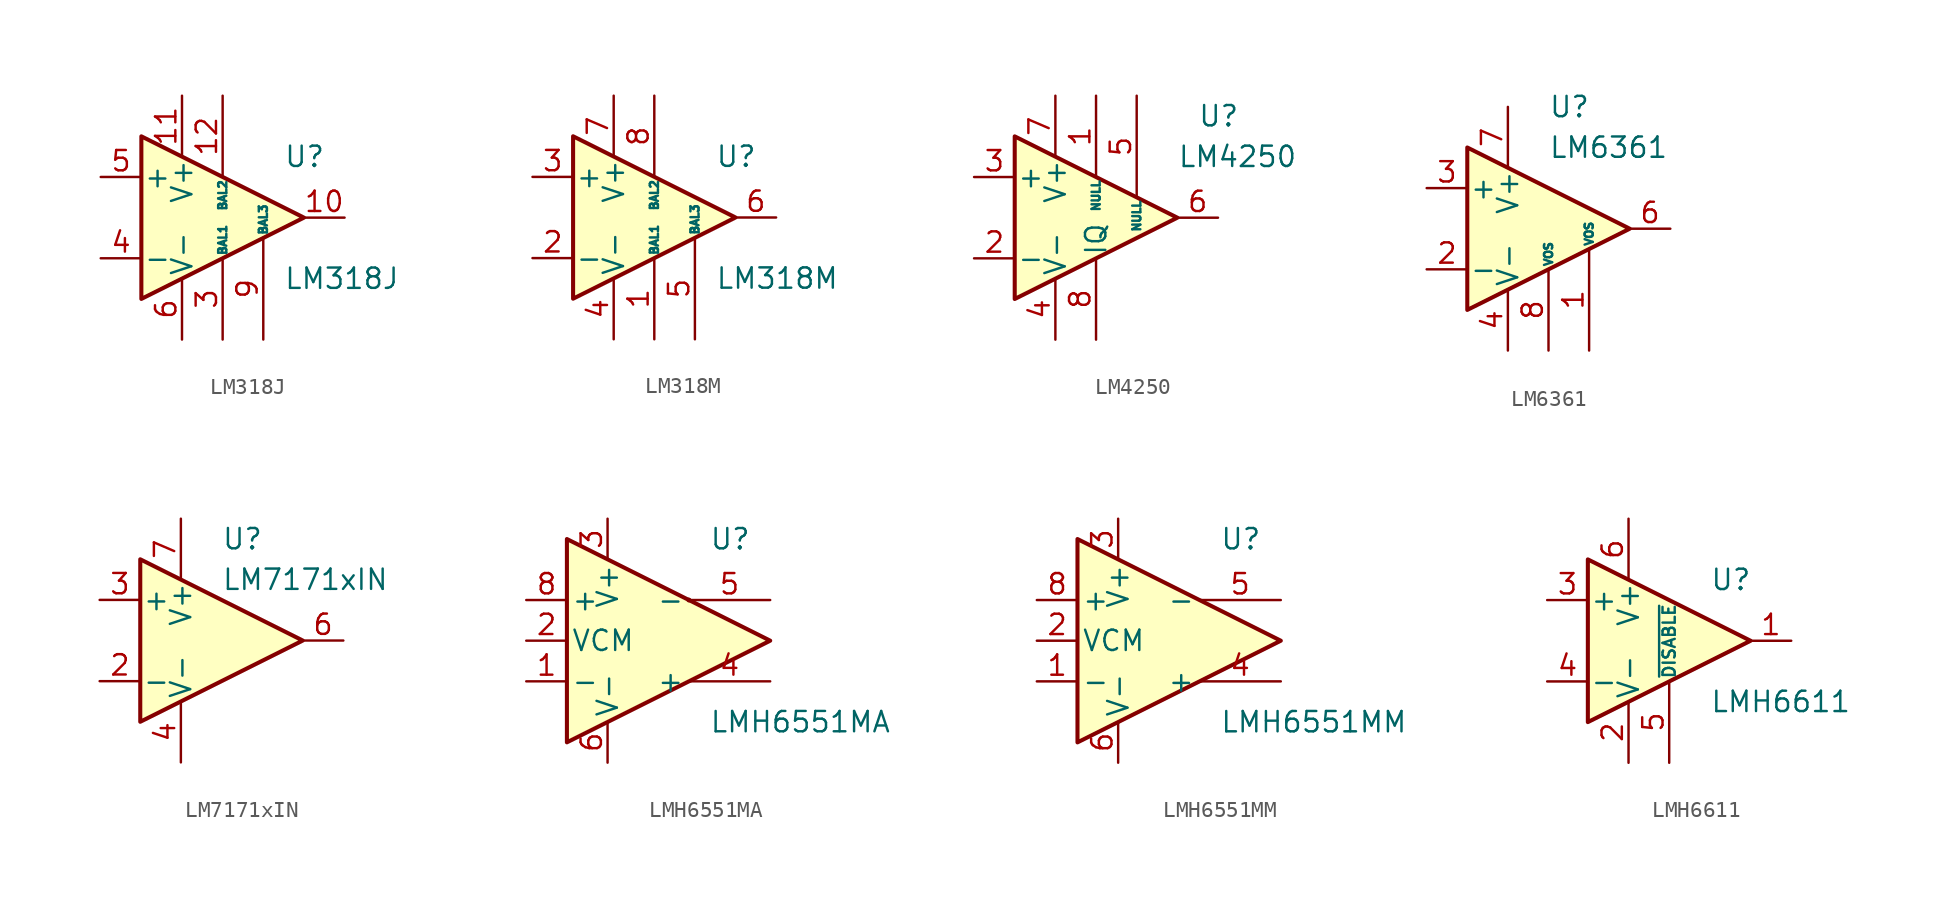
<source format=kicad_sym>
(kicad_symbol_lib
  (version 20241209)
  (generator "kicad_symbol_editor")
  (generator_version "9.0")
  (symbol "LM318J"
    (pin_names
      (offset 0.127))
    (property "Reference" "U"
      (at 3.81 3.81 0)
      (effects (font (size 1.27 1.27)) (justify left)))
    (property "Value" "LM318J"
      (at 3.81 -3.81 0)
      (effects (font (size 1.27 1.27)) (justify left)))
    (symbol "LM318J_0_1"
      (polyline (pts (xy 5.08 0) (xy -5.08 5.08) (xy -5.08 -5.08) (xy 5.08 0)) (stroke (width 0.254) (type default)) (fill (type background))))
    (symbol "LM318J_1_1"
      (pin input line (at -7.62 2.54 0) (length 2.54) (name "+" (effects (font (size 1.27 1.27)))) (number "5" (effects (font (size 1.27 1.27)))))
      (pin input line (at -7.62 -2.54 0) (length 2.54) (name "-" (effects (font (size 1.27 1.27)))) (number "4" (effects (font (size 1.27 1.27)))))
      (pin no_connect line (at -5.08 2.54 270) (length 2.54) (hide yes) (name "NC" (effects (font (size 1.27 1.27)))) (number "1" (effects (font (size 1.27 1.27)))))
      (pin no_connect line (at -5.08 -2.54 90) (length 2.54) (hide yes) (name "NC" (effects (font (size 1.27 1.27)))) (number "7" (effects (font (size 1.27 1.27)))))
      (pin power_in line (at -2.54 7.62 270) (length 3.81) (name "V+" (effects (font (size 1.27 1.27)))) (number "11" (effects (font (size 1.27 1.27)))))
      (pin no_connect line (at -2.54 2.54 270) (length 2.54) (hide yes) (name "NC" (effects (font (size 1.27 1.27)))) (number "2" (effects (font (size 1.27 1.27)))))
      (pin no_connect line (at -2.54 -2.54 90) (length 2.54) (hide yes) (name "NC" (effects (font (size 1.27 1.27)))) (number "8" (effects (font (size 1.27 1.27)))))
      (pin power_in line (at -2.54 -7.62 90) (length 3.81) (name "V-" (effects (font (size 1.27 1.27)))) (number "6" (effects (font (size 1.27 1.27)))))
      (pin passive line (at 0 7.62 270) (length 5.08) (name "BAL2" (effects (font (size 0.508 0.508)))) (number "12" (effects (font (size 1.27 1.27)))))
      (pin no_connect line (at 0 2.54 270) (length 2.54) (hide yes) (name "NC" (effects (font (size 1.27 1.27)))) (number "13" (effects (font (size 1.27 1.27)))))
      (pin no_connect line (at 0 -2.54 90) (length 2.54) (hide yes) (name "NC" (effects (font (size 1.27 1.27)))) (number "14" (effects (font (size 1.27 1.27)))))
      (pin passive line (at 0 -7.62 90) (length 5.08) (name "BAL1" (effects (font (size 0.508 0.508)))) (number "3" (effects (font (size 1.27 1.27)))))
      (pin passive line (at 2.54 -7.62 90) (length 6.35) (name "BAL3" (effects (font (size 0.508 0.508)))) (number "9" (effects (font (size 1.27 1.27)))))
      (pin output line (at 7.62 0 180) (length 2.54) (name "~" (effects (font (size 1.27 1.27)))) (number "10" (effects (font (size 1.27 1.27)))))))
  (symbol "LM318M"
    (pin_names
      (offset 0.127))
    (property "Reference" "U"
      (at 3.81 3.81 0)
      (effects (font (size 1.27 1.27)) (justify left)))
    (property "Value" "LM318M"
      (at 3.81 -3.81 0)
      (effects (font (size 1.27 1.27)) (justify left)))
    (symbol "LM318M_0_1"
      (polyline (pts (xy 5.08 0) (xy -5.08 5.08) (xy -5.08 -5.08) (xy 5.08 0)) (stroke (width 0.254) (type default)) (fill (type background))))
    (symbol "LM318M_1_1"
      (pin input line (at -7.62 2.54 0) (length 2.54) (name "+" (effects (font (size 1.27 1.27)))) (number "3" (effects (font (size 1.27 1.27)))))
      (pin input line (at -7.62 -2.54 0) (length 2.54) (name "-" (effects (font (size 1.27 1.27)))) (number "2" (effects (font (size 1.27 1.27)))))
      (pin power_in line (at -2.54 7.62 270) (length 3.81) (name "V+" (effects (font (size 1.27 1.27)))) (number "7" (effects (font (size 1.27 1.27)))))
      (pin power_in line (at -2.54 -7.62 90) (length 3.81) (name "V-" (effects (font (size 1.27 1.27)))) (number "4" (effects (font (size 1.27 1.27)))))
      (pin passive line (at 0 7.62 270) (length 5.08) (name "BAL2" (effects (font (size 0.508 0.508)))) (number "8" (effects (font (size 1.27 1.27)))))
      (pin passive line (at 0 -7.62 90) (length 5.08) (name "BAL1" (effects (font (size 0.508 0.508)))) (number "1" (effects (font (size 1.27 1.27)))))
      (pin passive line (at 2.54 -7.62 90) (length 6.35) (name "BAL3" (effects (font (size 0.508 0.508)))) (number "5" (effects (font (size 1.27 1.27)))))
      (pin output line (at 7.62 0 180) (length 2.54) (name "~" (effects (font (size 1.27 1.27)))) (number "6" (effects (font (size 1.27 1.27)))))))
  (symbol "LM4250"
    (pin_names
      (offset 0.127))
    (property "Reference" "U"
      (at 6.35 6.35 0)
      (effects (font (size 1.27 1.27)) (justify left)))
    (property "Value" "LM4250"
      (at 5.08 3.81 0)
      (effects (font (size 1.27 1.27)) (justify left)))
    (symbol "LM4250_0_1"
      (polyline (pts (xy -5.08 5.08) (xy 5.08 0) (xy -5.08 -5.08) (xy -5.08 5.08)) (stroke (width 0.254) (type default)) (fill (type background))))
    (symbol "LM4250_1_1"
      (pin input line (at -7.62 2.54 0) (length 2.54) (name "+" (effects (font (size 1.27 1.27)))) (number "3" (effects (font (size 1.27 1.27)))))
      (pin input line (at -7.62 -2.54 0) (length 2.54) (name "-" (effects (font (size 1.27 1.27)))) (number "2" (effects (font (size 1.27 1.27)))))
      (pin power_in line (at -2.54 7.62 270) (length 3.81) (name "V+" (effects (font (size 1.27 1.27)))) (number "7" (effects (font (size 1.27 1.27)))))
      (pin power_in line (at -2.54 -7.62 90) (length 3.81) (name "V-" (effects (font (size 1.27 1.27)))) (number "4" (effects (font (size 1.27 1.27)))))
      (pin input line (at 0 7.62 270) (length 5.08) (name "NULL" (effects (font (size 0.508 0.508)))) (number "1" (effects (font (size 1.27 1.27)))))
      (pin input line (at 0 -7.62 90) (length 5.08) (name "IQ" (effects (font (size 1.27 1.27)))) (number "8" (effects (font (size 1.27 1.27)))))
      (pin input line (at 2.54 7.62 270) (length 6.35) (name "NULL" (effects (font (size 0.508 0.508)))) (number "5" (effects (font (size 1.27 1.27)))))
      (pin output line (at 7.62 0 180) (length 2.54) (name "~" (effects (font (size 1.27 1.27)))) (number "6" (effects (font (size 1.27 1.27)))))))
  (symbol "LM6361"
    (pin_names
      (offset 0.127))
    (property "Reference" "U"
      (at 0 7.62 0)
      (effects (font (size 1.27 1.27)) (justify left)))
    (property "Value" "LM6361"
      (at 0 5.08 0)
      (effects (font (size 1.27 1.27)) (justify left)))
    (symbol "LM6361_0_1"
      (polyline (pts (xy -5.08 5.08) (xy 5.08 0) (xy -5.08 -5.08) (xy -5.08 5.08)) (stroke (width 0.254) (type default)) (fill (type background)))
      (pin no_connect line (at 0 2.54 270) (length 2.54) (hide yes) (name "NC" (effects (font (size 1.27 1.27)))) (number "5" (effects (font (size 1.27 1.27))))))
    (symbol "LM6361_1_1"
      (pin input line (at -7.62 2.54 0) (length 2.54) (name "+" (effects (font (size 1.27 1.27)))) (number "3" (effects (font (size 1.27 1.27)))))
      (pin input line (at -7.62 -2.54 0) (length 2.54) (name "-" (effects (font (size 1.27 1.27)))) (number "2" (effects (font (size 1.27 1.27)))))
      (pin power_in line (at -2.54 7.62 270) (length 3.81) (name "V+" (effects (font (size 1.27 1.27)))) (number "7" (effects (font (size 1.27 1.27)))))
      (pin power_in line (at -2.54 -7.62 90) (length 3.81) (name "V-" (effects (font (size 1.27 1.27)))) (number "4" (effects (font (size 1.27 1.27)))))
      (pin passive line (at 0 -7.62 90) (length 5.08) (name "VOS" (effects (font (size 0.508 0.508)))) (number "8" (effects (font (size 1.27 1.27)))))
      (pin passive line (at 2.54 -7.62 90) (length 6.35) (name "VOS" (effects (font (size 0.508 0.508)))) (number "1" (effects (font (size 1.27 1.27)))))
      (pin output line (at 7.62 0 180) (length 2.54) (name "~" (effects (font (size 1.27 1.27)))) (number "6" (effects (font (size 1.27 1.27)))))))
  (symbol "LM7171xIN"
    (pin_names
      (offset 0.127))
    (property "Reference" "U"
      (at 0 6.35 0)
      (effects (font (size 1.27 1.27)) (justify left)))
    (property "Value" "LM7171xIN"
      (at 0 3.81 0)
      (effects (font (size 1.27 1.27)) (justify left)))
    (symbol "LM7171xIN_1_1"
      (polyline (pts (xy -5.08 5.08) (xy 5.08 0) (xy -5.08 -5.08) (xy -5.08 5.08)) (stroke (width 0.254) (type default)) (fill (type background)))
      (pin input line (at -7.62 2.54 0) (length 2.54) (name "+" (effects (font (size 1.27 1.27)))) (number "3" (effects (font (size 1.27 1.27)))))
      (pin input line (at -7.62 -2.54 0) (length 2.54) (name "-" (effects (font (size 1.27 1.27)))) (number "2" (effects (font (size 1.27 1.27)))))
      (pin power_in line (at -2.54 7.62 270) (length 3.81) (name "V+" (effects (font (size 1.27 1.27)))) (number "7" (effects (font (size 1.27 1.27)))))
      (pin power_in line (at -2.54 -7.62 90) (length 3.81) (name "V-" (effects (font (size 1.27 1.27)))) (number "4" (effects (font (size 1.27 1.27)))))
      (pin no_connect line (at 0 2.54 270) (length 5.08) (hide yes) (name "NC" (effects (font (size 1.27 1.27)))) (number "1" (effects (font (size 1.27 1.27)))))
      (pin no_connect line (at 0 -2.54 90) (length 5.08) (hide yes) (name "NC" (effects (font (size 1.27 1.27)))) (number "5" (effects (font (size 1.27 1.27)))))
      (pin no_connect line (at 2.54 -1.27 90) (length 6.35) (hide yes) (name "NC" (effects (font (size 1.27 1.27)))) (number "8" (effects (font (size 1.27 1.27)))))
      (pin output line (at 7.62 0 180) (length 2.54) (name "~" (effects (font (size 1.27 1.27)))) (number "6" (effects (font (size 1.27 1.27)))))))
  (symbol "LMH6551MA"
    (pin_names
      (offset 0.254))
    (property "Reference" "U"
      (at 3.81 6.35 0)
      (effects (font (size 1.27 1.27)) (justify left)))
    (property "Value" "LMH6551MA"
      (at 3.81 -5.08 0)
      (effects (font (size 1.27 1.27)) (justify left)))
    (symbol "LMH6551MA_0_1"
      (circle (center 2.54 2.54) (radius 0.0001) (stroke (width 0) (type default)) (fill (type none)))
      (polyline (pts (xy 7.62 0) (xy -5.08 6.35) (xy -5.08 -6.35) (xy 7.62 0)) (stroke (width 0.254) (type default)) (fill (type background))))
    (symbol "LMH6551MA_1_1"
      (pin input line (at -7.62 2.54 0) (length 2.54) (name "+" (effects (font (size 1.27 1.27)))) (number "8" (effects (font (size 1.27 1.27)))))
      (pin input line (at -7.62 0 0) (length 2.54) (name "VCM" (effects (font (size 1.27 1.27)))) (number "2" (effects (font (size 1.27 1.27)))))
      (pin input line (at -7.62 -2.54 0) (length 2.54) (name "-" (effects (font (size 1.27 1.27)))) (number "1" (effects (font (size 1.27 1.27)))))
      (pin power_in line (at -2.54 7.62 270) (length 2.54) (name "V+" (effects (font (size 1.27 1.27)))) (number "3" (effects (font (size 1.27 1.27)))))
      (pin power_in line (at -2.54 -7.62 90) (length 2.54) (name "V-" (effects (font (size 1.27 1.27)))) (number "6" (effects (font (size 1.27 1.27)))))
      (pin no_connect line (at 5.08 0 180) (length 2.54) (hide yes) (name "NC" (effects (font (size 1.27 1.27)))) (number "7" (effects (font (size 1.27 1.27)))))
      (pin output line (at 7.62 2.54 180) (length 5.08) (name "-" (effects (font (size 1.27 1.27)))) (number "5" (effects (font (size 1.27 1.27)))))
      (pin output line (at 7.62 -2.54 180) (length 5.08) (name "+" (effects (font (size 1.27 1.27)))) (number "4" (effects (font (size 1.27 1.27)))))))
  (symbol "LMH6551MM"
    (pin_names
      (offset 0.254))
    (property "Reference" "U"
      (at 3.81 6.35 0)
      (effects (font (size 1.27 1.27)) (justify left)))
    (property "Value" "LMH6551MM"
      (at 3.81 -5.08 0)
      (effects (font (size 1.27 1.27)) (justify left)))
    (symbol "LMH6551MM_0_1"
      (polyline (pts (xy 7.62 0) (xy -5.08 6.35) (xy -5.08 -6.35) (xy 7.62 0)) (stroke (width 0.254) (type default)) (fill (type background))))
    (symbol "LMH6551MM_1_1"
      (pin input line (at -7.62 2.54 0) (length 2.54) (name "+" (effects (font (size 1.27 1.27)))) (number "8" (effects (font (size 1.27 1.27)))))
      (pin input line (at -7.62 0 0) (length 2.54) (name "VCM" (effects (font (size 1.27 1.27)))) (number "2" (effects (font (size 1.27 1.27)))))
      (pin input line (at -7.62 -2.54 0) (length 2.54) (name "-" (effects (font (size 1.27 1.27)))) (number "1" (effects (font (size 1.27 1.27)))))
      (pin power_in line (at -2.54 7.62 270) (length 2.54) (name "V+" (effects (font (size 1.27 1.27)))) (number "3" (effects (font (size 1.27 1.27)))))
      (pin power_in line (at -2.54 -7.62 90) (length 2.54) (name "V-" (effects (font (size 1.27 1.27)))) (number "6" (effects (font (size 1.27 1.27)))))
      (pin no_connect line (at 5.08 0 180) (length 2.54) (hide yes) (name "NC" (effects (font (size 1.27 1.27)))) (number "7" (effects (font (size 1.27 1.27)))))
      (pin output line (at 7.62 2.54 180) (length 5.08) (name "-" (effects (font (size 1.27 1.27)))) (number "5" (effects (font (size 1.27 1.27)))))
      (pin output line (at 7.62 -2.54 180) (length 5.08) (name "+" (effects (font (size 1.27 1.27)))) (number "4" (effects (font (size 1.27 1.27)))))))
  (symbol "LMH6611"
    (pin_names
      (offset 0.127))
    (property "Reference" "U"
      (at 2.54 3.81 0)
      (effects (font (size 1.27 1.27)) (justify left)))
    (property "Value" "LMH6611"
      (at 2.54 -3.81 0)
      (effects (font (size 1.27 1.27)) (justify left)))
    (symbol "LMH6611_0_1"
      (polyline (pts (xy -5.08 5.08) (xy 5.08 0) (xy -5.08 -5.08) (xy -5.08 5.08)) (stroke (width 0.254) (type default)) (fill (type background))))
    (symbol "LMH6611_1_1"
      (pin input line (at -7.62 2.54 0) (length 2.54) (name "+" (effects (font (size 1.27 1.27)))) (number "3" (effects (font (size 1.27 1.27)))))
      (pin input line (at -7.62 -2.54 0) (length 2.54) (name "-" (effects (font (size 1.27 1.27)))) (number "4" (effects (font (size 1.27 1.27)))))
      (pin power_in line (at -2.54 7.62 270) (length 3.81) (name "V+" (effects (font (size 1.27 1.27)))) (number "6" (effects (font (size 1.27 1.27)))))
      (pin power_in line (at -2.54 -7.62 90) (length 3.81) (name "V-" (effects (font (size 1.27 1.27)))) (number "2" (effects (font (size 1.27 1.27)))))
      (pin input line (at 0 -7.62 90) (length 5.08) (name "~{DISABLE}" (effects (font (size 0.762 0.762)))) (number "5" (effects (font (size 1.27 1.27)))))
      (pin output line (at 7.62 0 180) (length 2.54) (name "~" (effects (font (size 1.27 1.27)))) (number "1" (effects (font (size 1.27 1.27))))))))
</source>
